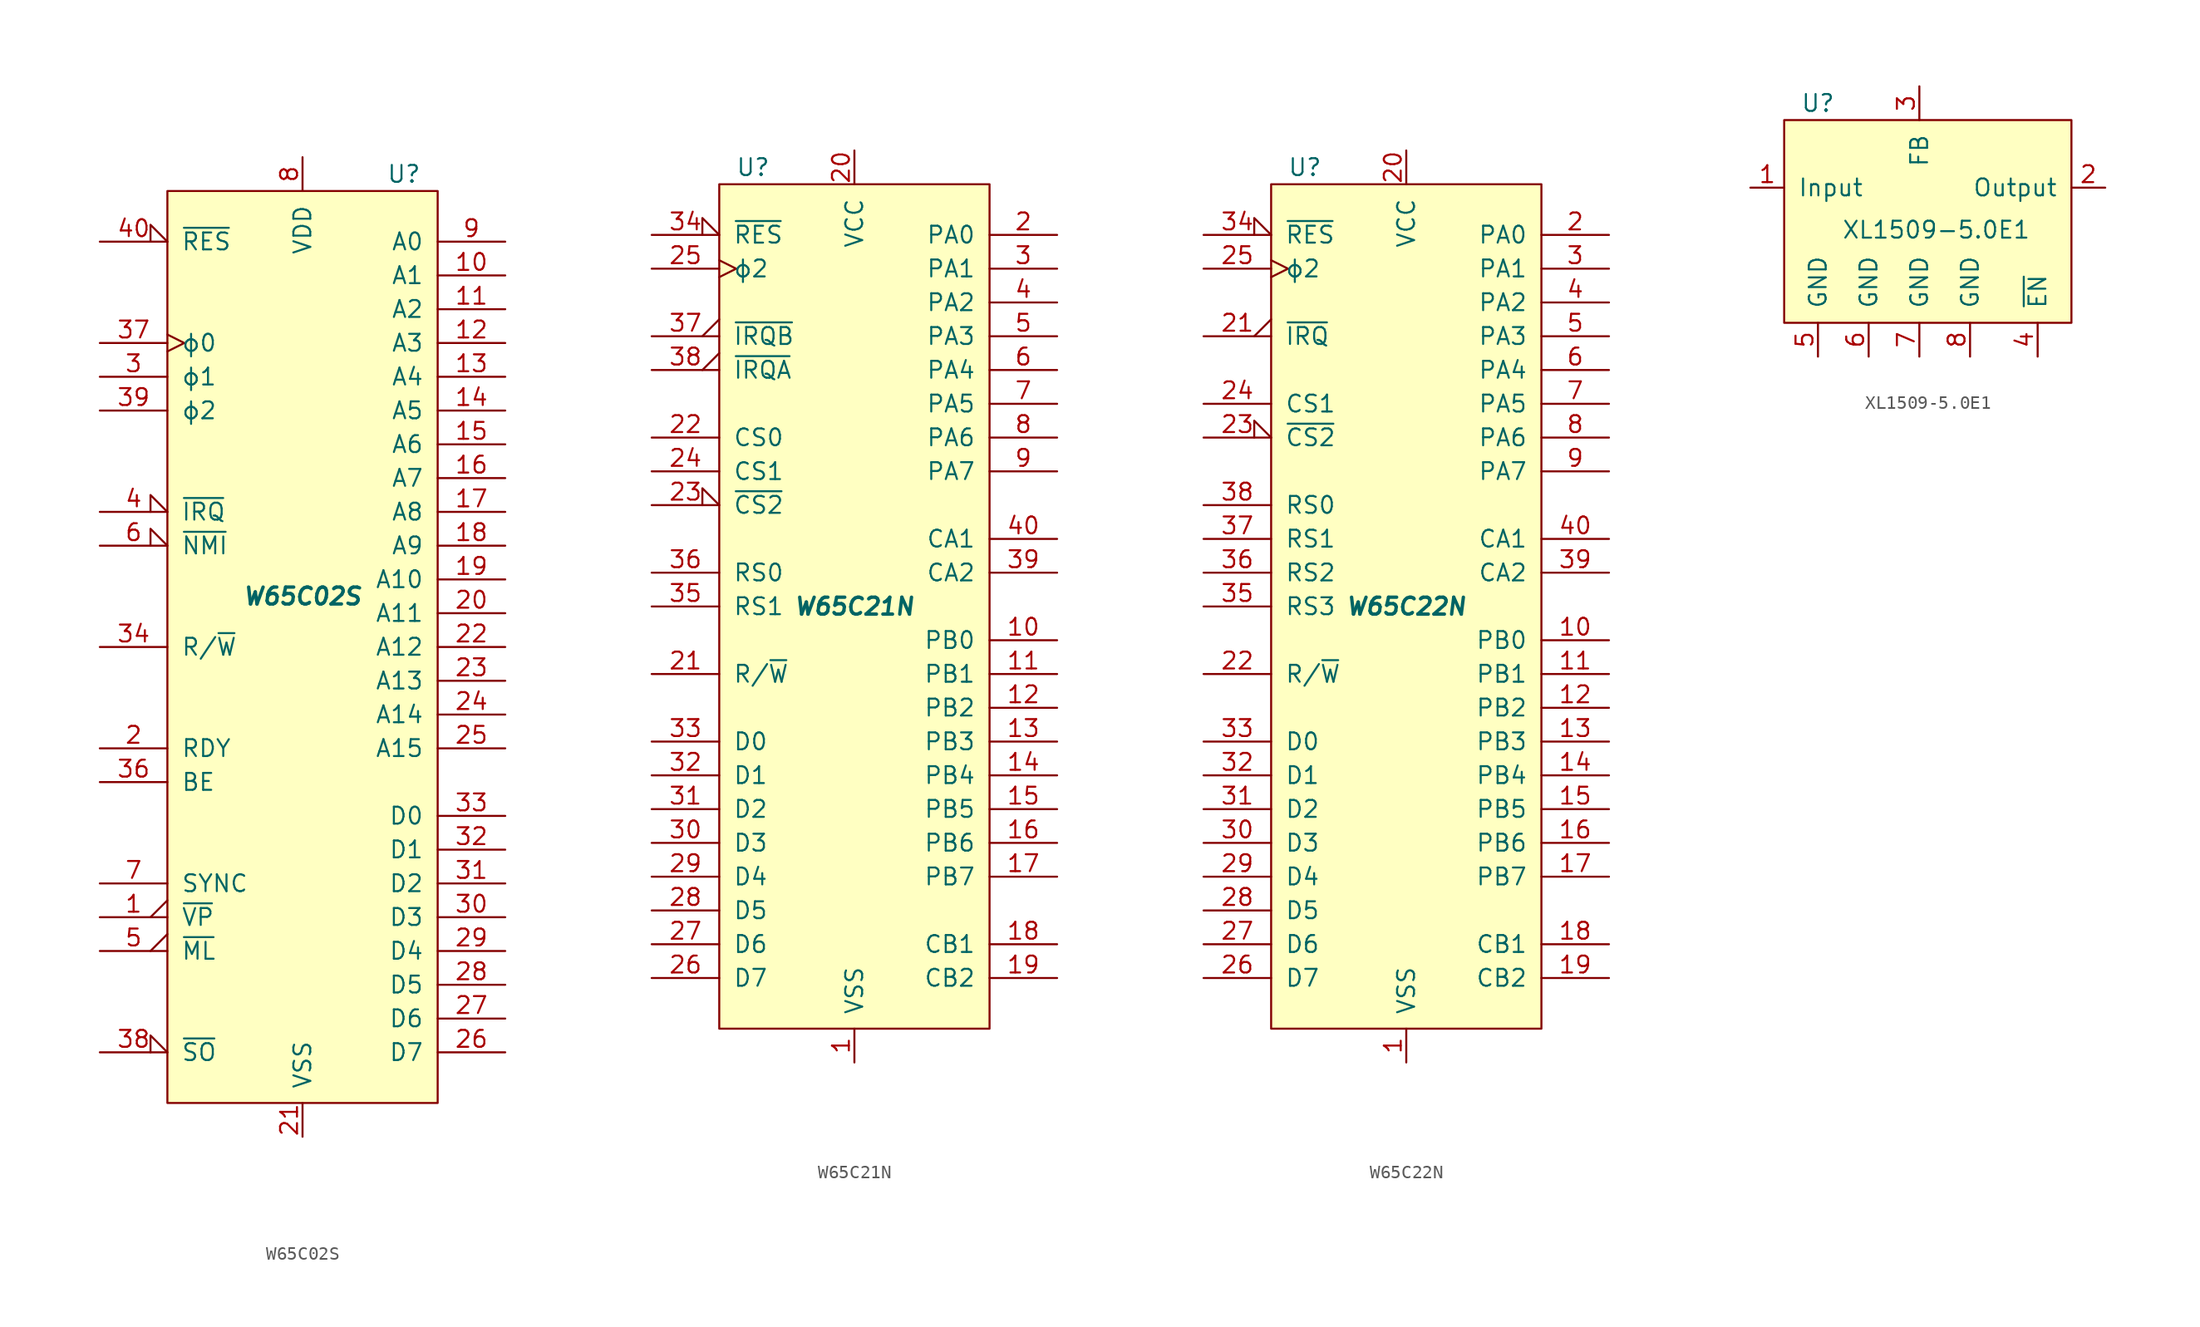
<source format=kicad_sym>
(kicad_symbol_lib
  (version 20231120)
  (generator "kicad_symbol_editor")
  (generator_version "8.0")
  (symbol "W65C02S"
    (pin_names
      (offset 1.016))
    (property "Reference" "U"
      (at 7.62 35.56 0)
      (effects (font (size 1.27 1.27))))
    (property "Value" "W65C02S"
      (at 0 3.81 0)
      (effects (font (size 1.27 1.27) (bold yes) (italic yes))))
    (symbol "W65C02S_0_1"
      (rectangle (start -10.16 34.29) (end 10.16 -34.29) (stroke (width 0) (type default)) (fill (type background))))
    (symbol "W65C02S_1_1"
      (pin output output_low (at -15.24 -20.32 0) (length 5.08) (name "~{VP}" (effects (font (size 1.27 1.27)))) (number "1" (effects (font (size 1.27 1.27)))))
      (pin tri_state line (at 15.24 27.94 180) (length 5.08) (name "A1" (effects (font (size 1.27 1.27)))) (number "10" (effects (font (size 1.27 1.27)))))
      (pin tri_state line (at 15.24 25.4 180) (length 5.08) (name "A2" (effects (font (size 1.27 1.27)))) (number "11" (effects (font (size 1.27 1.27)))))
      (pin tri_state line (at 15.24 22.86 180) (length 5.08) (name "A3" (effects (font (size 1.27 1.27)))) (number "12" (effects (font (size 1.27 1.27)))))
      (pin tri_state line (at 15.24 20.32 180) (length 5.08) (name "A4" (effects (font (size 1.27 1.27)))) (number "13" (effects (font (size 1.27 1.27)))))
      (pin tri_state line (at 15.24 17.78 180) (length 5.08) (name "A5" (effects (font (size 1.27 1.27)))) (number "14" (effects (font (size 1.27 1.27)))))
      (pin tri_state line (at 15.24 15.24 180) (length 5.08) (name "A6" (effects (font (size 1.27 1.27)))) (number "15" (effects (font (size 1.27 1.27)))))
      (pin tri_state line (at 15.24 12.7 180) (length 5.08) (name "A7" (effects (font (size 1.27 1.27)))) (number "16" (effects (font (size 1.27 1.27)))))
      (pin tri_state line (at 15.24 10.16 180) (length 5.08) (name "A8" (effects (font (size 1.27 1.27)))) (number "17" (effects (font (size 1.27 1.27)))))
      (pin tri_state line (at 15.24 7.62 180) (length 5.08) (name "A9" (effects (font (size 1.27 1.27)))) (number "18" (effects (font (size 1.27 1.27)))))
      (pin tri_state line (at 15.24 5.08 180) (length 5.08) (name "A10" (effects (font (size 1.27 1.27)))) (number "19" (effects (font (size 1.27 1.27)))))
      (pin open_collector line (at -15.24 -7.62 0) (length 5.08) (name "RDY" (effects (font (size 1.27 1.27)))) (number "2" (effects (font (size 1.27 1.27)))))
      (pin tri_state line (at 15.24 2.54 180) (length 5.08) (name "A11" (effects (font (size 1.27 1.27)))) (number "20" (effects (font (size 1.27 1.27)))))
      (pin power_in line (at 0 -36.83 90) (length 2.54) (name "VSS" (effects (font (size 1.27 1.27)))) (number "21" (effects (font (size 1.27 1.27)))))
      (pin tri_state line (at 15.24 0 180) (length 5.08) (name "A12" (effects (font (size 1.27 1.27)))) (number "22" (effects (font (size 1.27 1.27)))))
      (pin tri_state line (at 15.24 -2.54 180) (length 5.08) (name "A13" (effects (font (size 1.27 1.27)))) (number "23" (effects (font (size 1.27 1.27)))))
      (pin tri_state line (at 15.24 -5.08 180) (length 5.08) (name "A14" (effects (font (size 1.27 1.27)))) (number "24" (effects (font (size 1.27 1.27)))))
      (pin tri_state line (at 15.24 -7.62 180) (length 5.08) (name "A15" (effects (font (size 1.27 1.27)))) (number "25" (effects (font (size 1.27 1.27)))))
      (pin bidirectional line (at 15.24 -30.48 180) (length 5.08) (name "D7" (effects (font (size 1.27 1.27)))) (number "26" (effects (font (size 1.27 1.27)))))
      (pin bidirectional line (at 15.24 -27.94 180) (length 5.08) (name "D6" (effects (font (size 1.27 1.27)))) (number "27" (effects (font (size 1.27 1.27)))))
      (pin bidirectional line (at 15.24 -25.4 180) (length 5.08) (name "D5" (effects (font (size 1.27 1.27)))) (number "28" (effects (font (size 1.27 1.27)))))
      (pin bidirectional line (at 15.24 -22.86 180) (length 5.08) (name "D4" (effects (font (size 1.27 1.27)))) (number "29" (effects (font (size 1.27 1.27)))))
      (pin output line (at -15.24 20.32 0) (length 5.08) (name "ϕ1" (effects (font (size 1.27 1.27)))) (number "3" (effects (font (size 1.27 1.27)))))
      (pin bidirectional line (at 15.24 -20.32 180) (length 5.08) (name "D3" (effects (font (size 1.27 1.27)))) (number "30" (effects (font (size 1.27 1.27)))))
      (pin bidirectional line (at 15.24 -17.78 180) (length 5.08) (name "D2" (effects (font (size 1.27 1.27)))) (number "31" (effects (font (size 1.27 1.27)))))
      (pin bidirectional line (at 15.24 -15.24 180) (length 5.08) (name "D1" (effects (font (size 1.27 1.27)))) (number "32" (effects (font (size 1.27 1.27)))))
      (pin bidirectional line (at 15.24 -12.7 180) (length 5.08) (name "D0" (effects (font (size 1.27 1.27)))) (number "33" (effects (font (size 1.27 1.27)))))
      (pin tri_state line (at -15.24 0 0) (length 5.08) (name "R/~{W}" (effects (font (size 1.27 1.27)))) (number "34" (effects (font (size 1.27 1.27)))))
      (pin no_connect non_logic (at -10.16 -27.94 0) (length 2.54) hide (name "nc" (effects (font (size 1.27 1.27)))) (number "35" (effects (font (size 1.27 1.27)))))
      (pin input line (at -15.24 -10.16 0) (length 5.08) (name "BE" (effects (font (size 1.27 1.27)))) (number "36" (effects (font (size 1.27 1.27)))))
      (pin input clock (at -15.24 22.86 0) (length 5.08) (name "ϕ0" (effects (font (size 1.27 1.27)))) (number "37" (effects (font (size 1.27 1.27)))))
      (pin input input_low (at -15.24 -30.48 0) (length 5.08) (name "~{SO}" (effects (font (size 1.27 1.27)))) (number "38" (effects (font (size 1.27 1.27)))))
      (pin output line (at -15.24 17.78 0) (length 5.08) (name "ϕ2" (effects (font (size 1.27 1.27)))) (number "39" (effects (font (size 1.27 1.27)))))
      (pin input input_low (at -15.24 10.16 0) (length 5.08) (name "~{IRQ}" (effects (font (size 1.27 1.27)))) (number "4" (effects (font (size 1.27 1.27)))))
      (pin input input_low (at -15.24 30.48 0) (length 5.08) (name "~{RES}" (effects (font (size 1.27 1.27)))) (number "40" (effects (font (size 1.27 1.27)))))
      (pin output output_low (at -15.24 -22.86 0) (length 5.08) (name "~{ML}" (effects (font (size 1.27 1.27)))) (number "5" (effects (font (size 1.27 1.27)))))
      (pin input input_low (at -15.24 7.62 0) (length 5.08) (name "~{NMI}" (effects (font (size 1.27 1.27)))) (number "6" (effects (font (size 1.27 1.27)))))
      (pin output line (at -15.24 -17.78 0) (length 5.08) (name "SYNC" (effects (font (size 1.27 1.27)))) (number "7" (effects (font (size 1.27 1.27)))))
      (pin power_in line (at 0 36.83 270) (length 2.54) (name "VDD" (effects (font (size 1.27 1.27)))) (number "8" (effects (font (size 1.27 1.27)))))
      (pin tri_state line (at 15.24 30.48 180) (length 5.08) (name "A0" (effects (font (size 1.27 1.27)))) (number "9" (effects (font (size 1.27 1.27)))))))
  (symbol "W65C21N"
    (pin_names
      (offset 1.016))
    (property "Reference" "U"
      (at -7.62 33.02 0)
      (effects (font (size 1.27 1.27))))
    (property "Value" "W65C21N"
      (at 0 0 0)
      (effects (font (size 1.27 1.27) (bold yes) (italic yes))))
    (symbol "W65C21N_0_1"
      (rectangle (start -10.16 31.75) (end 10.16 -31.75) (stroke (width 0) (type default)) (fill (type background))))
    (symbol "W65C21N_1_1"
      (pin power_in line (at 0 -34.29 90) (length 2.54) (name "VSS" (effects (font (size 1.27 1.27)))) (number "1" (effects (font (size 1.27 1.27)))))
      (pin bidirectional line (at 15.24 -2.54 180) (length 5.08) (name "PB0" (effects (font (size 1.27 1.27)))) (number "10" (effects (font (size 1.27 1.27)))))
      (pin bidirectional line (at 15.24 -5.08 180) (length 5.08) (name "PB1" (effects (font (size 1.27 1.27)))) (number "11" (effects (font (size 1.27 1.27)))))
      (pin bidirectional line (at 15.24 -7.62 180) (length 5.08) (name "PB2" (effects (font (size 1.27 1.27)))) (number "12" (effects (font (size 1.27 1.27)))))
      (pin bidirectional line (at 15.24 -10.16 180) (length 5.08) (name "PB3" (effects (font (size 1.27 1.27)))) (number "13" (effects (font (size 1.27 1.27)))))
      (pin bidirectional line (at 15.24 -12.7 180) (length 5.08) (name "PB4" (effects (font (size 1.27 1.27)))) (number "14" (effects (font (size 1.27 1.27)))))
      (pin bidirectional line (at 15.24 -15.24 180) (length 5.08) (name "PB5" (effects (font (size 1.27 1.27)))) (number "15" (effects (font (size 1.27 1.27)))))
      (pin bidirectional line (at 15.24 -17.78 180) (length 5.08) (name "PB6" (effects (font (size 1.27 1.27)))) (number "16" (effects (font (size 1.27 1.27)))))
      (pin bidirectional line (at 15.24 -20.32 180) (length 5.08) (name "PB7" (effects (font (size 1.27 1.27)))) (number "17" (effects (font (size 1.27 1.27)))))
      (pin input line (at 15.24 -25.4 180) (length 5.08) (name "CB1" (effects (font (size 1.27 1.27)))) (number "18" (effects (font (size 1.27 1.27)))))
      (pin bidirectional line (at 15.24 -27.94 180) (length 5.08) (name "CB2" (effects (font (size 1.27 1.27)))) (number "19" (effects (font (size 1.27 1.27)))))
      (pin bidirectional line (at 15.24 27.94 180) (length 5.08) (name "PA0" (effects (font (size 1.27 1.27)))) (number "2" (effects (font (size 1.27 1.27)))))
      (pin power_in line (at 0 34.29 270) (length 2.54) (name "VCC" (effects (font (size 1.27 1.27)))) (number "20" (effects (font (size 1.27 1.27)))))
      (pin input line (at -15.24 -5.08 0) (length 5.08) (name "R/~{W}" (effects (font (size 1.27 1.27)))) (number "21" (effects (font (size 1.27 1.27)))))
      (pin input line (at -15.24 12.7 0) (length 5.08) (name "CS0" (effects (font (size 1.27 1.27)))) (number "22" (effects (font (size 1.27 1.27)))))
      (pin input input_low (at -15.24 7.62 0) (length 5.08) (name "~{CS2}" (effects (font (size 1.27 1.27)))) (number "23" (effects (font (size 1.27 1.27)))))
      (pin input line (at -15.24 10.16 0) (length 5.08) (name "CS1" (effects (font (size 1.27 1.27)))) (number "24" (effects (font (size 1.27 1.27)))))
      (pin input clock (at -15.24 25.4 0) (length 5.08) (name "ϕ2" (effects (font (size 1.27 1.27)))) (number "25" (effects (font (size 1.27 1.27)))))
      (pin bidirectional line (at -15.24 -27.94 0) (length 5.08) (name "D7" (effects (font (size 1.27 1.27)))) (number "26" (effects (font (size 1.27 1.27)))))
      (pin bidirectional line (at -15.24 -25.4 0) (length 5.08) (name "D6" (effects (font (size 1.27 1.27)))) (number "27" (effects (font (size 1.27 1.27)))))
      (pin bidirectional line (at -15.24 -22.86 0) (length 5.08) (name "D5" (effects (font (size 1.27 1.27)))) (number "28" (effects (font (size 1.27 1.27)))))
      (pin bidirectional line (at -15.24 -20.32 0) (length 5.08) (name "D4" (effects (font (size 1.27 1.27)))) (number "29" (effects (font (size 1.27 1.27)))))
      (pin bidirectional line (at 15.24 25.4 180) (length 5.08) (name "PA1" (effects (font (size 1.27 1.27)))) (number "3" (effects (font (size 1.27 1.27)))))
      (pin bidirectional line (at -15.24 -17.78 0) (length 5.08) (name "D3" (effects (font (size 1.27 1.27)))) (number "30" (effects (font (size 1.27 1.27)))))
      (pin bidirectional line (at -15.24 -15.24 0) (length 5.08) (name "D2" (effects (font (size 1.27 1.27)))) (number "31" (effects (font (size 1.27 1.27)))))
      (pin bidirectional line (at -15.24 -12.7 0) (length 5.08) (name "D1" (effects (font (size 1.27 1.27)))) (number "32" (effects (font (size 1.27 1.27)))))
      (pin bidirectional line (at -15.24 -10.16 0) (length 5.08) (name "D0" (effects (font (size 1.27 1.27)))) (number "33" (effects (font (size 1.27 1.27)))))
      (pin input input_low (at -15.24 27.94 0) (length 5.08) (name "~{RES}" (effects (font (size 1.27 1.27)))) (number "34" (effects (font (size 1.27 1.27)))))
      (pin input line (at -15.24 0 0) (length 5.08) (name "RS1" (effects (font (size 1.27 1.27)))) (number "35" (effects (font (size 1.27 1.27)))))
      (pin input line (at -15.24 2.54 0) (length 5.08) (name "RS0" (effects (font (size 1.27 1.27)))) (number "36" (effects (font (size 1.27 1.27)))))
      (pin open_collector output_low (at -15.24 20.32 0) (length 5.08) (name "~{IRQB}" (effects (font (size 1.27 1.27)))) (number "37" (effects (font (size 1.27 1.27)))))
      (pin open_collector output_low (at -15.24 17.78 0) (length 5.08) (name "~{IRQA}" (effects (font (size 1.27 1.27)))) (number "38" (effects (font (size 1.27 1.27)))))
      (pin bidirectional line (at 15.24 2.54 180) (length 5.08) (name "CA2" (effects (font (size 1.27 1.27)))) (number "39" (effects (font (size 1.27 1.27)))))
      (pin bidirectional line (at 15.24 22.86 180) (length 5.08) (name "PA2" (effects (font (size 1.27 1.27)))) (number "4" (effects (font (size 1.27 1.27)))))
      (pin input line (at 15.24 5.08 180) (length 5.08) (name "CA1" (effects (font (size 1.27 1.27)))) (number "40" (effects (font (size 1.27 1.27)))))
      (pin bidirectional line (at 15.24 20.32 180) (length 5.08) (name "PA3" (effects (font (size 1.27 1.27)))) (number "5" (effects (font (size 1.27 1.27)))))
      (pin bidirectional line (at 15.24 17.78 180) (length 5.08) (name "PA4" (effects (font (size 1.27 1.27)))) (number "6" (effects (font (size 1.27 1.27)))))
      (pin bidirectional line (at 15.24 15.24 180) (length 5.08) (name "PA5" (effects (font (size 1.27 1.27)))) (number "7" (effects (font (size 1.27 1.27)))))
      (pin bidirectional line (at 15.24 12.7 180) (length 5.08) (name "PA6" (effects (font (size 1.27 1.27)))) (number "8" (effects (font (size 1.27 1.27)))))
      (pin bidirectional line (at 15.24 10.16 180) (length 5.08) (name "PA7" (effects (font (size 1.27 1.27)))) (number "9" (effects (font (size 1.27 1.27)))))))
  (symbol "W65C22N"
    (pin_names
      (offset 1.016))
    (property "Reference" "U"
      (at -7.62 33.02 0)
      (effects (font (size 1.27 1.27))))
    (property "Value" "W65C22N"
      (at 0 0 0)
      (effects (font (size 1.27 1.27) (bold yes) (italic yes))))
    (symbol "W65C22N_0_1"
      (rectangle (start -10.16 31.75) (end 10.16 -31.75) (stroke (width 0) (type default)) (fill (type background))))
    (symbol "W65C22N_1_1"
      (pin power_in line (at 0 -34.29 90) (length 2.54) (name "VSS" (effects (font (size 1.27 1.27)))) (number "1" (effects (font (size 1.27 1.27)))))
      (pin bidirectional line (at 15.24 -2.54 180) (length 5.08) (name "PB0" (effects (font (size 1.27 1.27)))) (number "10" (effects (font (size 1.27 1.27)))))
      (pin bidirectional line (at 15.24 -5.08 180) (length 5.08) (name "PB1" (effects (font (size 1.27 1.27)))) (number "11" (effects (font (size 1.27 1.27)))))
      (pin bidirectional line (at 15.24 -7.62 180) (length 5.08) (name "PB2" (effects (font (size 1.27 1.27)))) (number "12" (effects (font (size 1.27 1.27)))))
      (pin bidirectional line (at 15.24 -10.16 180) (length 5.08) (name "PB3" (effects (font (size 1.27 1.27)))) (number "13" (effects (font (size 1.27 1.27)))))
      (pin bidirectional line (at 15.24 -12.7 180) (length 5.08) (name "PB4" (effects (font (size 1.27 1.27)))) (number "14" (effects (font (size 1.27 1.27)))))
      (pin bidirectional line (at 15.24 -15.24 180) (length 5.08) (name "PB5" (effects (font (size 1.27 1.27)))) (number "15" (effects (font (size 1.27 1.27)))))
      (pin bidirectional line (at 15.24 -17.78 180) (length 5.08) (name "PB6" (effects (font (size 1.27 1.27)))) (number "16" (effects (font (size 1.27 1.27)))))
      (pin bidirectional line (at 15.24 -20.32 180) (length 5.08) (name "PB7" (effects (font (size 1.27 1.27)))) (number "17" (effects (font (size 1.27 1.27)))))
      (pin input line (at 15.24 -25.4 180) (length 5.08) (name "CB1" (effects (font (size 1.27 1.27)))) (number "18" (effects (font (size 1.27 1.27)))))
      (pin bidirectional line (at 15.24 -27.94 180) (length 5.08) (name "CB2" (effects (font (size 1.27 1.27)))) (number "19" (effects (font (size 1.27 1.27)))))
      (pin bidirectional line (at 15.24 27.94 180) (length 5.08) (name "PA0" (effects (font (size 1.27 1.27)))) (number "2" (effects (font (size 1.27 1.27)))))
      (pin power_in line (at 0 34.29 270) (length 2.54) (name "VCC" (effects (font (size 1.27 1.27)))) (number "20" (effects (font (size 1.27 1.27)))))
      (pin open_collector output_low (at -15.24 20.32 0) (length 5.08) (name "~{IRQ}" (effects (font (size 1.27 1.27)))) (number "21" (effects (font (size 1.27 1.27)))))
      (pin input line (at -15.24 -5.08 0) (length 5.08) (name "R/~{W}" (effects (font (size 1.27 1.27)))) (number "22" (effects (font (size 1.27 1.27)))))
      (pin input input_low (at -15.24 12.7 0) (length 5.08) (name "~{CS2}" (effects (font (size 1.27 1.27)))) (number "23" (effects (font (size 1.27 1.27)))))
      (pin input line (at -15.24 15.24 0) (length 5.08) (name "CS1" (effects (font (size 1.27 1.27)))) (number "24" (effects (font (size 1.27 1.27)))))
      (pin input clock (at -15.24 25.4 0) (length 5.08) (name "ϕ2" (effects (font (size 1.27 1.27)))) (number "25" (effects (font (size 1.27 1.27)))))
      (pin bidirectional line (at -15.24 -27.94 0) (length 5.08) (name "D7" (effects (font (size 1.27 1.27)))) (number "26" (effects (font (size 1.27 1.27)))))
      (pin bidirectional line (at -15.24 -25.4 0) (length 5.08) (name "D6" (effects (font (size 1.27 1.27)))) (number "27" (effects (font (size 1.27 1.27)))))
      (pin bidirectional line (at -15.24 -22.86 0) (length 5.08) (name "D5" (effects (font (size 1.27 1.27)))) (number "28" (effects (font (size 1.27 1.27)))))
      (pin bidirectional line (at -15.24 -20.32 0) (length 5.08) (name "D4" (effects (font (size 1.27 1.27)))) (number "29" (effects (font (size 1.27 1.27)))))
      (pin bidirectional line (at 15.24 25.4 180) (length 5.08) (name "PA1" (effects (font (size 1.27 1.27)))) (number "3" (effects (font (size 1.27 1.27)))))
      (pin bidirectional line (at -15.24 -17.78 0) (length 5.08) (name "D3" (effects (font (size 1.27 1.27)))) (number "30" (effects (font (size 1.27 1.27)))))
      (pin bidirectional line (at -15.24 -15.24 0) (length 5.08) (name "D2" (effects (font (size 1.27 1.27)))) (number "31" (effects (font (size 1.27 1.27)))))
      (pin bidirectional line (at -15.24 -12.7 0) (length 5.08) (name "D1" (effects (font (size 1.27 1.27)))) (number "32" (effects (font (size 1.27 1.27)))))
      (pin bidirectional line (at -15.24 -10.16 0) (length 5.08) (name "D0" (effects (font (size 1.27 1.27)))) (number "33" (effects (font (size 1.27 1.27)))))
      (pin input input_low (at -15.24 27.94 0) (length 5.08) (name "~{RES}" (effects (font (size 1.27 1.27)))) (number "34" (effects (font (size 1.27 1.27)))))
      (pin input line (at -15.24 0 0) (length 5.08) (name "RS3" (effects (font (size 1.27 1.27)))) (number "35" (effects (font (size 1.27 1.27)))))
      (pin input line (at -15.24 2.54 0) (length 5.08) (name "RS2" (effects (font (size 1.27 1.27)))) (number "36" (effects (font (size 1.27 1.27)))))
      (pin input line (at -15.24 5.08 0) (length 5.08) (name "RS1" (effects (font (size 1.27 1.27)))) (number "37" (effects (font (size 1.27 1.27)))))
      (pin input line (at -15.24 7.62 0) (length 5.08) (name "RS0" (effects (font (size 1.27 1.27)))) (number "38" (effects (font (size 1.27 1.27)))))
      (pin bidirectional line (at 15.24 2.54 180) (length 5.08) (name "CA2" (effects (font (size 1.27 1.27)))) (number "39" (effects (font (size 1.27 1.27)))))
      (pin bidirectional line (at 15.24 22.86 180) (length 5.08) (name "PA2" (effects (font (size 1.27 1.27)))) (number "4" (effects (font (size 1.27 1.27)))))
      (pin input line (at 15.24 5.08 180) (length 5.08) (name "CA1" (effects (font (size 1.27 1.27)))) (number "40" (effects (font (size 1.27 1.27)))))
      (pin bidirectional line (at 15.24 20.32 180) (length 5.08) (name "PA3" (effects (font (size 1.27 1.27)))) (number "5" (effects (font (size 1.27 1.27)))))
      (pin bidirectional line (at 15.24 17.78 180) (length 5.08) (name "PA4" (effects (font (size 1.27 1.27)))) (number "6" (effects (font (size 1.27 1.27)))))
      (pin bidirectional line (at 15.24 15.24 180) (length 5.08) (name "PA5" (effects (font (size 1.27 1.27)))) (number "7" (effects (font (size 1.27 1.27)))))
      (pin bidirectional line (at 15.24 12.7 180) (length 5.08) (name "PA6" (effects (font (size 1.27 1.27)))) (number "8" (effects (font (size 1.27 1.27)))))
      (pin bidirectional line (at 15.24 10.16 180) (length 5.08) (name "PA7" (effects (font (size 1.27 1.27)))) (number "9" (effects (font (size 1.27 1.27)))))))
  (symbol "XL1509-5.0E1"
    (pin_names
      (offset 1.016))
    (property "Reference" "U"
      (at -7.62 10.16 0)
      (effects (font (size 1.27 1.27))))
    (property "Value" "XL1509-5.0E1"
      (at 1.27 0.635 0)
      (effects (font (size 1.27 1.27))))
    (symbol "XL1509-5.0E1_0_1"
      (rectangle (start -10.16 8.89) (end 11.43 -6.35) (stroke (width 0) (type default)) (fill (type background))))
    (symbol "XL1509-5.0E1_1_1"
      (pin power_in line (at -12.7 3.81 0) (length 2.54) (name "Input" (effects (font (size 1.27 1.27)))) (number "1" (effects (font (size 1.27 1.27)))))
      (pin power_out line (at 13.97 3.81 180) (length 2.54) (name "Output" (effects (font (size 1.27 1.27)))) (number "2" (effects (font (size 1.27 1.27)))))
      (pin input line (at 0 11.43 270) (length 2.54) (name "FB" (effects (font (size 1.27 1.27)))) (number "3" (effects (font (size 1.27 1.27)))))
      (pin input line (at 8.89 -8.89 90) (length 2.54) (name "~{EN}" (effects (font (size 1.27 1.27)))) (number "4" (effects (font (size 1.27 1.27)))))
      (pin passive line (at -7.62 -8.89 90) (length 2.54) (name "GND" (effects (font (size 1.27 1.27)))) (number "5" (effects (font (size 1.27 1.27)))))
      (pin passive line (at -3.81 -8.89 90) (length 2.54) (name "GND" (effects (font (size 1.27 1.27)))) (number "6" (effects (font (size 1.27 1.27)))))
      (pin passive line (at 0 -8.89 90) (length 2.54) (name "GND" (effects (font (size 1.27 1.27)))) (number "7" (effects (font (size 1.27 1.27)))))
      (pin passive line (at 3.81 -8.89 90) (length 2.54) (name "GND" (effects (font (size 1.27 1.27)))) (number "8" (effects (font (size 1.27 1.27))))))))
</source>
